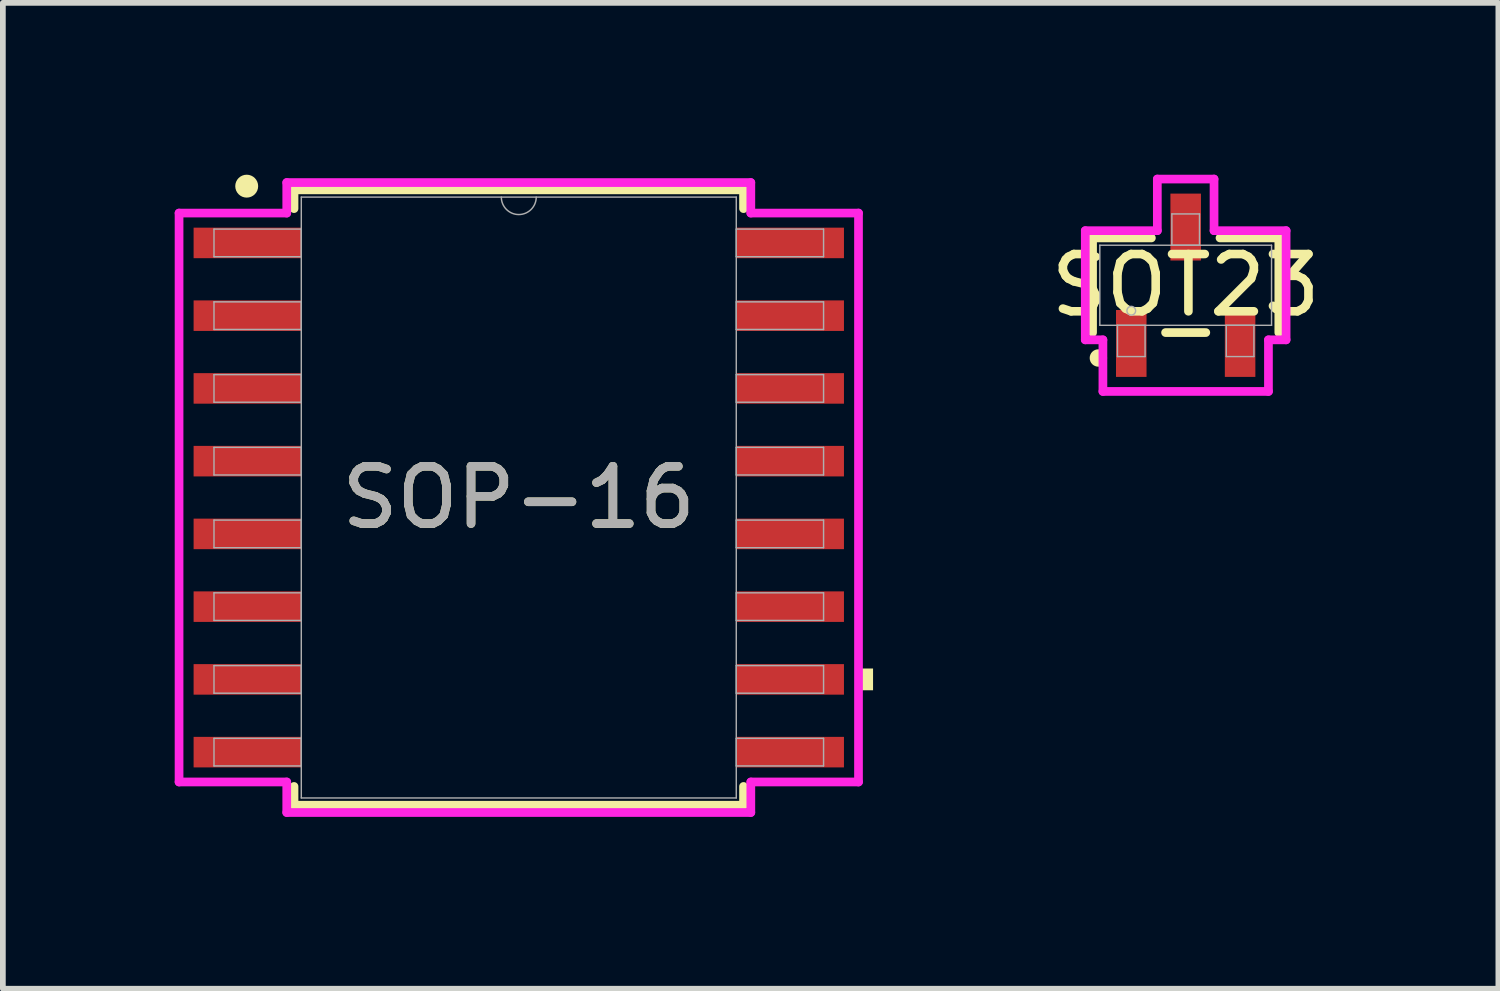
<source format=kicad_pcb>
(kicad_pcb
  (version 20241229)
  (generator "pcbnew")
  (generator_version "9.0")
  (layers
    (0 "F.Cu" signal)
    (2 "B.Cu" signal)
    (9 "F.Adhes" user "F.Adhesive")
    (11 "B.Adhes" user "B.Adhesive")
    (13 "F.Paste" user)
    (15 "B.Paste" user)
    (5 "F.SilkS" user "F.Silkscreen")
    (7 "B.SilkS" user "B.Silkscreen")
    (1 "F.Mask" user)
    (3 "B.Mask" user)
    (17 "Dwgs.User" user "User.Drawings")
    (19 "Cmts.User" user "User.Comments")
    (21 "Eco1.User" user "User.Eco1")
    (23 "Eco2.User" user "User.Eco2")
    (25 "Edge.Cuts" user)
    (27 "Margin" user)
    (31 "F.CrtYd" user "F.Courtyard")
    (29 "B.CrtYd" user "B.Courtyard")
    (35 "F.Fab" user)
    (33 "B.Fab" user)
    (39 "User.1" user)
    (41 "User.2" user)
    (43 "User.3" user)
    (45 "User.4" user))
  (footprint "SOP-16"
    (layer "F.Cu")
    (at 6.007 5.636)
    (property "Reference" "SOP-16" (at 0 0 0) (unlocked yes) (layer "F.SilkS") (effects (font (size 1 1) (thickness 0.15))))
    (attr smd)
    (fp_line (start -3.924 -5.372) (end -3.924 -5.044) (stroke (width 0.152) (type solid)) (layer "F.SilkS"))
    (fp_line (start -3.924 5.044) (end -3.924 5.372) (stroke (width 0.152) (type solid)) (layer "F.SilkS"))
    (fp_line (start -3.924 5.372) (end 3.924 5.372) (stroke (width 0.152) (type solid)) (layer "F.SilkS"))
    (fp_line (start 3.924 -5.372) (end -3.924 -5.372) (stroke (width 0.152) (type solid)) (layer "F.SilkS"))
    (fp_line (start 3.924 -5.044) (end 3.924 -5.372) (stroke (width 0.152) (type solid)) (layer "F.SilkS"))
    (fp_line (start 3.924 5.372) (end 3.924 5.044) (stroke (width 0.152) (type solid)) (layer "F.SilkS"))
    (fp_circle (center -4.75 -5.436) (end -4.65 -5.436) (stroke (width 0.2) (type solid)) (fill no) (layer "F.SilkS"))
    (fp_poly (pts (xy 6.185 2.985) (xy 6.185 3.365) (xy 5.931 3.365) (xy 5.931 2.985)) (stroke (width 0) (type solid)) (fill yes) (layer "F.SilkS"))
    (fp_line (start -5.931 -4.966) (end -4.051 -4.966) (stroke (width 0.152) (type solid)) (layer "F.CrtYd"))
    (fp_line (start -5.931 4.966) (end -5.931 -4.966) (stroke (width 0.152) (type solid)) (layer "F.CrtYd"))
    (fp_line (start -5.931 4.966) (end -4.051 4.966) (stroke (width 0.152) (type solid)) (layer "F.CrtYd"))
    (fp_line (start -4.051 -5.499) (end 4.051 -5.499) (stroke (width 0.152) (type solid)) (layer "F.CrtYd"))
    (fp_line (start -4.051 -4.966) (end -4.051 -5.499) (stroke (width 0.152) (type solid)) (layer "F.CrtYd"))
    (fp_line (start -4.051 5.499) (end -4.051 4.966) (stroke (width 0.152) (type solid)) (layer "F.CrtYd"))
    (fp_line (start 4.051 -5.499) (end 4.051 -4.966) (stroke (width 0.152) (type solid)) (layer "F.CrtYd"))
    (fp_line (start 4.051 4.966) (end 4.051 5.499) (stroke (width 0.152) (type solid)) (layer "F.CrtYd"))
    (fp_line (start 4.051 5.499) (end -4.051 5.499) (stroke (width 0.152) (type solid)) (layer "F.CrtYd"))
    (fp_line (start 5.931 -4.966) (end 4.051 -4.966) (stroke (width 0.152) (type solid)) (layer "F.CrtYd"))
    (fp_line (start 5.931 -4.966) (end 5.931 4.966) (stroke (width 0.152) (type solid)) (layer "F.CrtYd"))
    (fp_line (start 5.931 4.966) (end 4.051 4.966) (stroke (width 0.152) (type solid)) (layer "F.CrtYd"))
    (fp_line (start -5.321 -4.686) (end -5.321 -4.204) (stroke (width 0.025) (type solid)) (layer "F.Fab"))
    (fp_line (start -5.321 -4.204) (end -3.797 -4.204) (stroke (width 0.025) (type solid)) (layer "F.Fab"))
    (fp_line (start -5.321 -3.416) (end -5.321 -2.934) (stroke (width 0.025) (type solid)) (layer "F.Fab"))
    (fp_line (start -5.321 -2.934) (end -3.797 -2.934) (stroke (width 0.025) (type solid)) (layer "F.Fab"))
    (fp_line (start -5.321 -2.146) (end -5.321 -1.664) (stroke (width 0.025) (type solid)) (layer "F.Fab"))
    (fp_line (start -5.321 -1.664) (end -3.797 -1.664) (stroke (width 0.025) (type solid)) (layer "F.Fab"))
    (fp_line (start -5.321 -0.876) (end -5.321 -0.394) (stroke (width 0.025) (type solid)) (layer "F.Fab"))
    (fp_line (start -5.321 -0.394) (end -3.797 -0.394) (stroke (width 0.025) (type solid)) (layer "F.Fab"))
    (fp_line (start -5.321 0.394) (end -5.321 0.876) (stroke (width 0.025) (type solid)) (layer "F.Fab"))
    (fp_line (start -5.321 0.876) (end -3.797 0.876) (stroke (width 0.025) (type solid)) (layer "F.Fab"))
    (fp_line (start -5.321 1.664) (end -5.321 2.146) (stroke (width 0.025) (type solid)) (layer "F.Fab"))
    (fp_line (start -5.321 2.146) (end -3.797 2.146) (stroke (width 0.025) (type solid)) (layer "F.Fab"))
    (fp_line (start -5.321 2.934) (end -5.321 3.416) (stroke (width 0.025) (type solid)) (layer "F.Fab"))
    (fp_line (start -5.321 3.416) (end -3.797 3.416) (stroke (width 0.025) (type solid)) (layer "F.Fab"))
    (fp_line (start -5.321 4.204) (end -5.321 4.686) (stroke (width 0.025) (type solid)) (layer "F.Fab"))
    (fp_line (start -5.321 4.686) (end -3.797 4.686) (stroke (width 0.025) (type solid)) (layer "F.Fab"))
    (fp_line (start -3.797 -5.245) (end -3.797 5.245) (stroke (width 0.025) (type solid)) (layer "F.Fab"))
    (fp_line (start -3.797 -4.686) (end -5.321 -4.686) (stroke (width 0.025) (type solid)) (layer "F.Fab"))
    (fp_line (start -3.797 -4.204) (end -3.797 -4.686) (stroke (width 0.025) (type solid)) (layer "F.Fab"))
    (fp_line (start -3.797 -3.416) (end -5.321 -3.416) (stroke (width 0.025) (type solid)) (layer "F.Fab"))
    (fp_line (start -3.797 -2.934) (end -3.797 -3.416) (stroke (width 0.025) (type solid)) (layer "F.Fab"))
    (fp_line (start -3.797 -2.146) (end -5.321 -2.146) (stroke (width 0.025) (type solid)) (layer "F.Fab"))
    (fp_line (start -3.797 -1.664) (end -3.797 -2.146) (stroke (width 0.025) (type solid)) (layer "F.Fab"))
    (fp_line (start -3.797 -0.876) (end -5.321 -0.876) (stroke (width 0.025) (type solid)) (layer "F.Fab"))
    (fp_line (start -3.797 -0.394) (end -3.797 -0.876) (stroke (width 0.025) (type solid)) (layer "F.Fab"))
    (fp_line (start -3.797 0.394) (end -5.321 0.394) (stroke (width 0.025) (type solid)) (layer "F.Fab"))
    (fp_line (start -3.797 0.876) (end -3.797 0.394) (stroke (width 0.025) (type solid)) (layer "F.Fab"))
    (fp_line (start -3.797 1.664) (end -5.321 1.664) (stroke (width 0.025) (type solid)) (layer "F.Fab"))
    (fp_line (start -3.797 2.146) (end -3.797 1.664) (stroke (width 0.025) (type solid)) (layer "F.Fab"))
    (fp_line (start -3.797 2.934) (end -5.321 2.934) (stroke (width 0.025) (type solid)) (layer "F.Fab"))
    (fp_line (start -3.797 3.416) (end -3.797 2.934) (stroke (width 0.025) (type solid)) (layer "F.Fab"))
    (fp_line (start -3.797 4.204) (end -5.321 4.204) (stroke (width 0.025) (type solid)) (layer "F.Fab"))
    (fp_line (start -3.797 4.686) (end -3.797 4.204) (stroke (width 0.025) (type solid)) (layer "F.Fab"))
    (fp_line (start -3.797 5.245) (end 3.797 5.245) (stroke (width 0.025) (type solid)) (layer "F.Fab"))
    (fp_line (start 3.797 -5.245) (end -3.797 -5.245) (stroke (width 0.025) (type solid)) (layer "F.Fab"))
    (fp_line (start 3.797 -4.686) (end 3.797 -4.204) (stroke (width 0.025) (type solid)) (layer "F.Fab"))
    (fp_line (start 3.797 -4.204) (end 5.321 -4.204) (stroke (width 0.025) (type solid)) (layer "F.Fab"))
    (fp_line (start 3.797 -3.416) (end 3.797 -2.934) (stroke (width 0.025) (type solid)) (layer "F.Fab"))
    (fp_line (start 3.797 -2.934) (end 5.321 -2.934) (stroke (width 0.025) (type solid)) (layer "F.Fab"))
    (fp_line (start 3.797 -2.146) (end 3.797 -1.664) (stroke (width 0.025) (type solid)) (layer "F.Fab"))
    (fp_line (start 3.797 -1.664) (end 5.321 -1.664) (stroke (width 0.025) (type solid)) (layer "F.Fab"))
    (fp_line (start 3.797 -0.876) (end 3.797 -0.394) (stroke (width 0.025) (type solid)) (layer "F.Fab"))
    (fp_line (start 3.797 -0.394) (end 5.321 -0.394) (stroke (width 0.025) (type solid)) (layer "F.Fab"))
    (fp_line (start 3.797 0.394) (end 3.797 0.876) (stroke (width 0.025) (type solid)) (layer "F.Fab"))
    (fp_line (start 3.797 0.876) (end 5.321 0.876) (stroke (width 0.025) (type solid)) (layer "F.Fab"))
    (fp_line (start 3.797 1.664) (end 3.797 2.146) (stroke (width 0.025) (type solid)) (layer "F.Fab"))
    (fp_line (start 3.797 2.146) (end 5.321 2.146) (stroke (width 0.025) (type solid)) (layer "F.Fab"))
    (fp_line (start 3.797 2.934) (end 3.797 3.416) (stroke (width 0.025) (type solid)) (layer "F.Fab"))
    (fp_line (start 3.797 3.416) (end 5.321 3.416) (stroke (width 0.025) (type solid)) (layer "F.Fab"))
    (fp_line (start 3.797 4.204) (end 3.797 4.686) (stroke (width 0.025) (type solid)) (layer "F.Fab"))
    (fp_line (start 3.797 4.686) (end 5.321 4.686) (stroke (width 0.025) (type solid)) (layer "F.Fab"))
    (fp_line (start 3.797 5.245) (end 3.797 -5.245) (stroke (width 0.025) (type solid)) (layer "F.Fab"))
    (fp_line (start 5.321 -4.686) (end 3.797 -4.686) (stroke (width 0.025) (type solid)) (layer "F.Fab"))
    (fp_line (start 5.321 -4.204) (end 5.321 -4.686) (stroke (width 0.025) (type solid)) (layer "F.Fab"))
    (fp_line (start 5.321 -3.416) (end 3.797 -3.416) (stroke (width 0.025) (type solid)) (layer "F.Fab"))
    (fp_line (start 5.321 -2.934) (end 5.321 -3.416) (stroke (width 0.025) (type solid)) (layer "F.Fab"))
    (fp_line (start 5.321 -2.146) (end 3.797 -2.146) (stroke (width 0.025) (type solid)) (layer "F.Fab"))
    (fp_line (start 5.321 -1.664) (end 5.321 -2.146) (stroke (width 0.025) (type solid)) (layer "F.Fab"))
    (fp_line (start 5.321 -0.876) (end 3.797 -0.876) (stroke (width 0.025) (type solid)) (layer "F.Fab"))
    (fp_line (start 5.321 -0.394) (end 5.321 -0.876) (stroke (width 0.025) (type solid)) (layer "F.Fab"))
    (fp_line (start 5.321 0.394) (end 3.797 0.394) (stroke (width 0.025) (type solid)) (layer "F.Fab"))
    (fp_line (start 5.321 0.876) (end 5.321 0.394) (stroke (width 0.025) (type solid)) (layer "F.Fab"))
    (fp_line (start 5.321 1.664) (end 3.797 1.664) (stroke (width 0.025) (type solid)) (layer "F.Fab"))
    (fp_line (start 5.321 2.146) (end 5.321 1.664) (stroke (width 0.025) (type solid)) (layer "F.Fab"))
    (fp_line (start 5.321 2.934) (end 3.797 2.934) (stroke (width 0.025) (type solid)) (layer "F.Fab"))
    (fp_line (start 5.321 3.416) (end 5.321 2.934) (stroke (width 0.025) (type solid)) (layer "F.Fab"))
    (fp_line (start 5.321 4.204) (end 3.797 4.204) (stroke (width 0.025) (type solid)) (layer "F.Fab"))
    (fp_line (start 5.321 4.686) (end 5.321 4.204) (stroke (width 0.025) (type solid)) (layer "F.Fab"))
    (fp_arc (start 0.3048 -5.2451) (mid 0 -4.9403) (end -0.3048 -5.2451) (stroke (width 0.0254) (type solid)) (layer "F.Fab"))
    (fp_text user "${REFERENCE}" (at 0 0 0) (unlocked yes) (layer "F.Fab") (effects (font (size 1 1) (thickness 0.15))))
    (pad "1" smd rect (at -4.737 -4.445) (size 1.88 0.533) (layers "F.Cu" "F.Mask" "F.Paste"))
    (pad "2" smd rect (at -4.737 -3.175) (size 1.88 0.533) (layers "F.Cu" "F.Mask" "F.Paste"))
    (pad "3" smd rect (at -4.737 -1.905) (size 1.88 0.533) (layers "F.Cu" "F.Mask" "F.Paste"))
    (pad "4" smd rect (at -4.737 -0.635) (size 1.88 0.533) (layers "F.Cu" "F.Mask" "F.Paste"))
    (pad "5" smd rect (at -4.737 0.635) (size 1.88 0.533) (layers "F.Cu" "F.Mask" "F.Paste"))
    (pad "6" smd rect (at -4.737 1.905) (size 1.88 0.533) (layers "F.Cu" "F.Mask" "F.Paste"))
    (pad "7" smd rect (at -4.737 3.175) (size 1.88 0.533) (layers "F.Cu" "F.Mask" "F.Paste"))
    (pad "8" smd rect (at -4.737 4.445) (size 1.88 0.533) (layers "F.Cu" "F.Mask" "F.Paste"))
    (pad "9" smd rect (at 4.737 4.445) (size 1.88 0.533) (layers "F.Cu" "F.Mask" "F.Paste"))
    (pad "10" smd rect (at 4.737 3.175) (size 1.88 0.533) (layers "F.Cu" "F.Mask" "F.Paste"))
    (pad "11" smd rect (at 4.737 1.905) (size 1.88 0.533) (layers "F.Cu" "F.Mask" "F.Paste"))
    (pad "12" smd rect (at 4.737 0.635) (size 1.88 0.533) (layers "F.Cu" "F.Mask" "F.Paste"))
    (pad "13" smd rect (at 4.737 -0.635) (size 1.88 0.533) (layers "F.Cu" "F.Mask" "F.Paste"))
    (pad "14" smd rect (at 4.737 -1.905) (size 1.88 0.533) (layers "F.Cu" "F.Mask" "F.Paste"))
    (pad "15" smd rect (at 4.737 -3.175) (size 1.88 0.533) (layers "F.Cu" "F.Mask" "F.Paste"))
    (pad "16" smd rect (at 4.737 -4.445) (size 1.88 0.533) (layers "F.Cu" "F.Mask" "F.Paste")))
  (footprint "SOT23"
    (layer "F.Cu")
    (at 17.65 1.93)
    (property "Reference" "SOT23" (at 0 0 0) (unlocked yes) (layer "F.SilkS") (effects (font (size 1 1) (thickness 0.15))))
    (attr smd)
    (fp_line (start -1.626 -0.826) (end -1.626 0.826) (stroke (width 0.152) (type solid)) (layer "F.SilkS"))
    (fp_line (start -0.599 -0.826) (end -1.626 -0.826) (stroke (width 0.152) (type solid)) (layer "F.SilkS"))
    (fp_line (start -0.351 0.826) (end 0.351 0.826) (stroke (width 0.152) (type solid)) (layer "F.SilkS"))
    (fp_line (start 1.626 -0.826) (end 0.599 -0.826) (stroke (width 0.152) (type solid)) (layer "F.SilkS"))
    (fp_line (start 1.626 0.826) (end 1.626 -0.826) (stroke (width 0.152) (type solid)) (layer "F.SilkS"))
    (fp_circle (center -1.524 1.27) (end -1.448 1.27) (stroke (width 0.152) (type solid)) (fill no) (layer "F.SilkS"))
    (fp_line (start -1.753 -0.953) (end -0.495 -0.953) (stroke (width 0.152) (type solid)) (layer "F.CrtYd"))
    (fp_line (start -1.753 0.953) (end -1.753 -0.953) (stroke (width 0.152) (type solid)) (layer "F.CrtYd"))
    (fp_line (start -1.753 0.953) (end -1.445 0.953) (stroke (width 0.152) (type solid)) (layer "F.CrtYd"))
    (fp_line (start -1.445 0.953) (end -1.445 1.854) (stroke (width 0.152) (type solid)) (layer "F.CrtYd"))
    (fp_line (start -1.445 1.854) (end 1.445 1.854) (stroke (width 0.152) (type solid)) (layer "F.CrtYd"))
    (fp_line (start -0.495 -1.854) (end 0.495 -1.854) (stroke (width 0.152) (type solid)) (layer "F.CrtYd"))
    (fp_line (start -0.495 -0.953) (end -0.495 -1.854) (stroke (width 0.152) (type solid)) (layer "F.CrtYd"))
    (fp_line (start 0.495 -0.953) (end 0.495 -1.854) (stroke (width 0.152) (type solid)) (layer "F.CrtYd"))
    (fp_line (start 1.445 0.953) (end 1.445 1.854) (stroke (width 0.152) (type solid)) (layer "F.CrtYd"))
    (fp_line (start 1.753 -0.953) (end 0.495 -0.953) (stroke (width 0.152) (type solid)) (layer "F.CrtYd"))
    (fp_line (start 1.753 -0.953) (end 1.753 0.953) (stroke (width 0.152) (type solid)) (layer "F.CrtYd"))
    (fp_line (start 1.753 0.953) (end 1.445 0.953) (stroke (width 0.152) (type solid)) (layer "F.CrtYd"))
    (fp_line (start -1.499 -0.699) (end -1.499 0.699) (stroke (width 0.025) (type solid)) (layer "F.Fab"))
    (fp_line (start -1.499 0.699) (end 1.499 0.699) (stroke (width 0.025) (type solid)) (layer "F.Fab"))
    (fp_line (start -1.191 0.699) (end -1.191 1.245) (stroke (width 0.025) (type solid)) (layer "F.Fab"))
    (fp_line (start -1.191 1.245) (end -0.709 1.245) (stroke (width 0.025) (type solid)) (layer "F.Fab"))
    (fp_line (start -0.709 0.699) (end -1.191 0.699) (stroke (width 0.025) (type solid)) (layer "F.Fab"))
    (fp_line (start -0.709 1.245) (end -0.709 0.699) (stroke (width 0.025) (type solid)) (layer "F.Fab"))
    (fp_line (start -0.241 -1.245) (end -0.241 -0.699) (stroke (width 0.025) (type solid)) (layer "F.Fab"))
    (fp_line (start -0.241 -0.699) (end 0.241 -0.699) (stroke (width 0.025) (type solid)) (layer "F.Fab"))
    (fp_line (start 0.241 -1.245) (end -0.241 -1.245) (stroke (width 0.025) (type solid)) (layer "F.Fab"))
    (fp_line (start 0.241 -0.699) (end 0.241 -1.245) (stroke (width 0.025) (type solid)) (layer "F.Fab"))
    (fp_line (start 0.709 0.699) (end 0.709 1.245) (stroke (width 0.025) (type solid)) (layer "F.Fab"))
    (fp_line (start 0.709 1.245) (end 1.191 1.245) (stroke (width 0.025) (type solid)) (layer "F.Fab"))
    (fp_line (start 1.191 0.699) (end 0.709 0.699) (stroke (width 0.025) (type solid)) (layer "F.Fab"))
    (fp_line (start 1.191 1.245) (end 1.191 0.699) (stroke (width 0.025) (type solid)) (layer "F.Fab"))
    (fp_line (start 1.499 -0.699) (end -1.499 -0.699) (stroke (width 0.025) (type solid)) (layer "F.Fab"))
    (fp_line (start 1.499 0.699) (end 1.499 -0.699) (stroke (width 0.025) (type solid)) (layer "F.Fab"))
    (fp_circle (center -0.95 0.445) (end -0.874 0.445) (stroke (width 0.025) (type solid)) (fill no) (layer "F.Fab"))
    (pad "1" smd rect (at -0.95 1.016) (size 0.533 1.168) (layers "F.Cu" "F.Mask" "F.Paste"))
    (pad "2" smd rect (at 0.95 1.016) (size 0.533 1.168) (layers "F.Cu" "F.Mask" "F.Paste"))
    (pad "3" smd rect (at 0 -1.016) (size 0.533 1.168) (layers "F.Cu" "F.Mask" "F.Paste")))
  (gr_rect
    (start -3 -3)
    (end 23.109 14.211)
    (stroke (width 0.1) (type default))
    (fill no)
    (layer "Edge.Cuts")))
</source>
